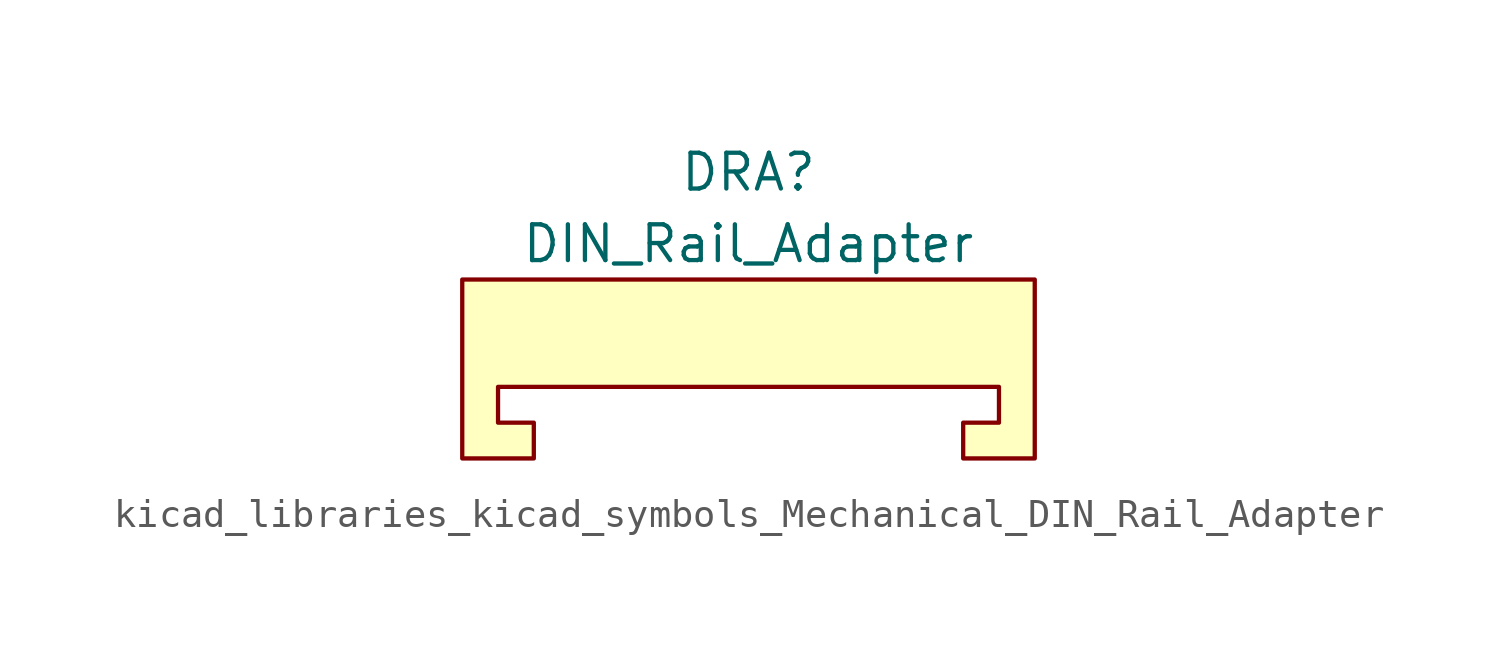
<source format=kicad_sym>
(kicad_symbol_lib
  (version 20220914)
  (generator kicad_symbol_editor)
  (symbol "kicad_libraries_kicad_symbols_Mechanical_DIN_Rail_Adapter"
    (property "Reference" "DRA"
      (at 0 6.35 0)
      (effects (font (size 1.27 1.27))))
    (property "Value" "DIN_Rail_Adapter"
      (at 0 3.81 0)
      (effects (font (size 1.27 1.27))))
    (symbol "kicad_libraries_kicad_symbols_Mechanical_DIN_Rail_Adapter_0_1"
      (polyline (pts (xy 10.16 2.54) (xy -10.16 2.54) (xy -10.16 -3.81) (xy -7.62 -3.81) (xy -7.62 -2.54) (xy -8.89 -2.54) (xy -8.89 -1.27) (xy 8.89 -1.27) (xy 8.89 -2.54) (xy 7.62 -2.54) (xy 7.62 -3.81) (xy 10.16 -3.81) (xy 10.16 2.54) (xy -10.16 2.54)) (stroke (width 0) (type default)) (fill (type background))))))
</source>
